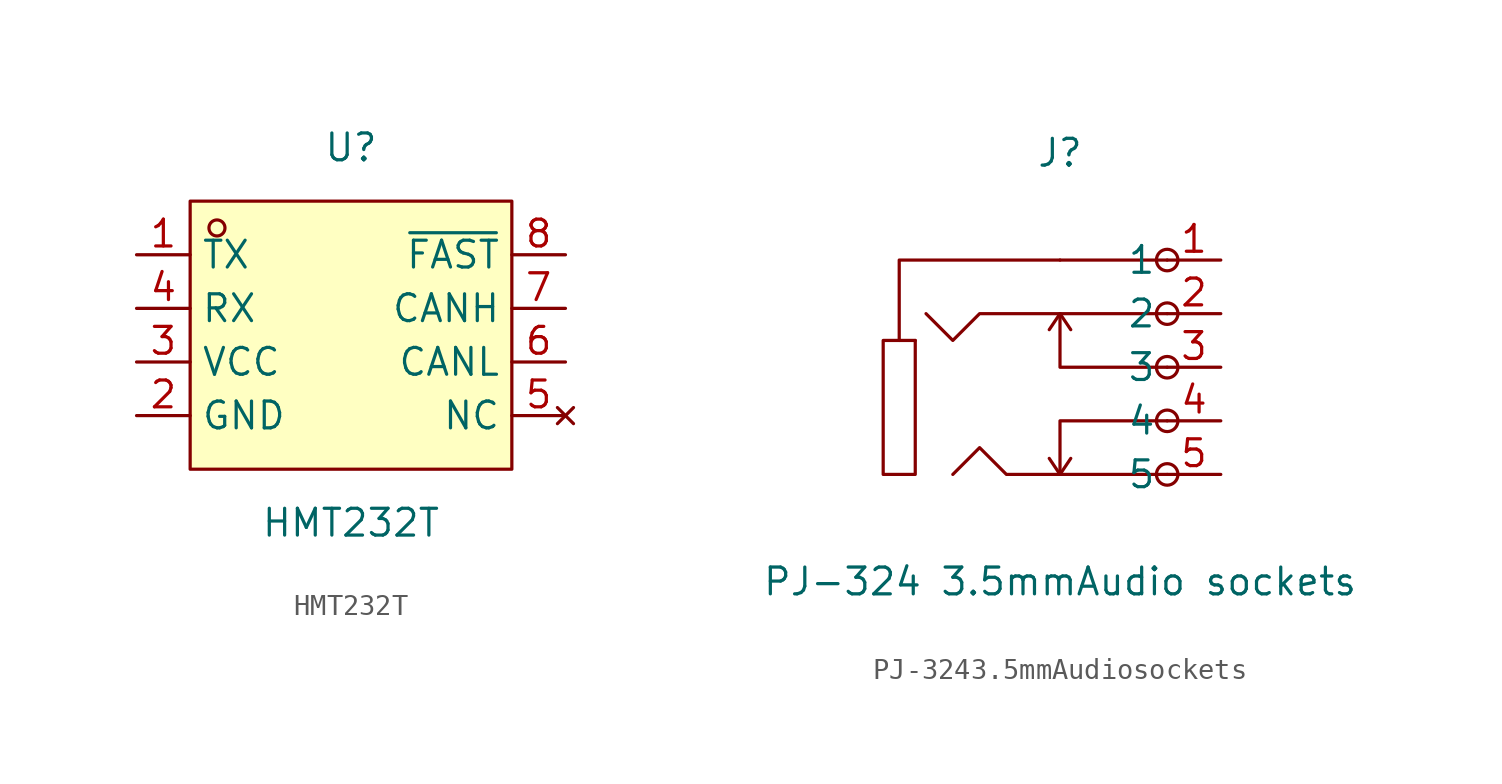
<source format=kicad_sym>
(kicad_symbol_lib
  (version 20241209)
  (generator "kicad_symbol_editor")
  (generator_version "9.0")
  (symbol "HMT232T"
    (property "Reference" "U"
      (at 0 8.89 0)
      (effects (font (size 1.27 1.27))))
    (property "Value" "HMT232T"
      (at 0 -8.89 0)
      (effects (font (size 1.27 1.27))))
    (symbol "HMT232T_0_1"
      (rectangle (start -7.62 6.35) (end 7.62 -6.35) (stroke (width 0) (type default)) (fill (type background)))
      (circle (center -6.35 5.08) (radius 0.38) (stroke (width 0) (type default)) (fill (type none))))
    (symbol "HMT232T_1_1"
      (pin input line (at -10.16 3.81 0) (length 2.54) (name "TX" (effects (font (size 1.27 1.27)))) (number "1" (effects (font (size 1.27 1.27)))))
      (pin output line (at -10.16 1.27 0) (length 2.54) (name "RX" (effects (font (size 1.27 1.27)))) (number "4" (effects (font (size 1.27 1.27)))))
      (pin power_in line (at -10.16 -1.27 0) (length 2.54) (name "VCC" (effects (font (size 1.27 1.27)))) (number "3" (effects (font (size 1.27 1.27)))))
      (pin power_out line (at -10.16 -3.81 0) (length 2.54) (name "GND" (effects (font (size 1.27 1.27)))) (number "2" (effects (font (size 1.27 1.27)))))
      (pin input line (at 10.16 3.81 180) (length 2.54) (name "~{FAST}" (effects (font (size 1.27 1.27)))) (number "8" (effects (font (size 1.27 1.27)))))
      (pin bidirectional line (at 10.16 1.27 180) (length 2.54) (name "CANH" (effects (font (size 1.27 1.27)))) (number "7" (effects (font (size 1.27 1.27)))))
      (pin bidirectional line (at 10.16 -1.27 180) (length 2.54) (name "CANL" (effects (font (size 1.27 1.27)))) (number "6" (effects (font (size 1.27 1.27)))))
      (pin no_connect line (at 10.16 -3.81 180) (length 2.54) (name "NC" (effects (font (size 1.27 1.27)))) (number "5" (effects (font (size 1.27 1.27)))))))
  (symbol "PJ-3243.5mmAudiosockets"
    (property "Reference" "J"
      (at 0 8.89 0)
      (effects (font (size 1.27 1.27))))
    (property "Value" "PJ-324 3.5mmAudio sockets"
      (at 0 -11.43 0)
      (effects (font (size 1.27 1.27))))
    (symbol "PJ-3243.5mmAudiosockets_0_1"
      (polyline (pts (xy -7.62 0) (xy -6.86 0)) (stroke (width 0) (type default)) (fill (type none)))
      (polyline (pts (xy 0 3.81) (xy -7.62 3.81) (xy -7.62 0) (xy -8.38 0) (xy -8.38 -6.35) (xy -6.86 -6.35) (xy -6.86 0)) (stroke (width 0) (type default)) (fill (type none)))
      (polyline (pts (xy 0 1.27) (xy -0.51 0.51)) (stroke (width 0) (type default)) (fill (type none)))
      (polyline (pts (xy 0 1.27) (xy 0.51 0.51)) (stroke (width 0) (type default)) (fill (type none)))
      (polyline (pts (xy 0 -6.35) (xy -0.51 -5.59)) (stroke (width 0) (type default)) (fill (type none)))
      (polyline (pts (xy 0 -6.35) (xy 0.51 -5.59)) (stroke (width 0) (type default)) (fill (type none)))
      (polyline (pts (xy 5.08 3.81) (xy 0 3.81)) (stroke (width 0) (type default)) (fill (type none)))
      (circle (center 5.08 3.81) (radius 0.51) (stroke (width 0) (type default)) (fill (type none)))
      (polyline (pts (xy 5.08 1.27) (xy -3.81 1.27) (xy -5.08 0) (xy -6.35 1.27)) (stroke (width 0) (type default)) (fill (type none)))
      (circle (center 5.08 1.27) (radius 0.51) (stroke (width 0) (type default)) (fill (type none)))
      (polyline (pts (xy 5.08 -1.27) (xy 0 -1.27) (xy 0 1.27)) (stroke (width 0) (type default)) (fill (type none)))
      (circle (center 5.08 -1.27) (radius 0.51) (stroke (width 0) (type default)) (fill (type none)))
      (polyline (pts (xy 5.08 -3.81) (xy 0 -3.81) (xy 0 -6.35)) (stroke (width 0) (type default)) (fill (type none)))
      (circle (center 5.08 -3.81) (radius 0.51) (stroke (width 0) (type default)) (fill (type none)))
      (polyline (pts (xy 5.08 -6.35) (xy -2.54 -6.35) (xy -3.81 -5.08) (xy -5.08 -6.35)) (stroke (width 0) (type default)) (fill (type none)))
      (circle (center 5.08 -6.35) (radius 0.51) (stroke (width 0) (type default)) (fill (type none))))
    (symbol "PJ-3243.5mmAudiosockets_1_1"
      (pin bidirectional line (at 7.62 3.81 180) (length 2.54) (name "1" (effects (font (size 1.27 1.27)))) (number "1" (effects (font (size 1.27 1.27)))))
      (pin bidirectional line (at 7.62 1.27 180) (length 2.54) (name "2" (effects (font (size 1.27 1.27)))) (number "2" (effects (font (size 1.27 1.27)))))
      (pin bidirectional line (at 7.62 -1.27 180) (length 2.54) (name "3" (effects (font (size 1.27 1.27)))) (number "3" (effects (font (size 1.27 1.27)))))
      (pin bidirectional line (at 7.62 -3.81 180) (length 2.54) (name "4" (effects (font (size 1.27 1.27)))) (number "4" (effects (font (size 1.27 1.27)))))
      (pin bidirectional line (at 7.62 -6.35 180) (length 2.54) (name "5" (effects (font (size 1.27 1.27)))) (number "5" (effects (font (size 1.27 1.27))))))))
</source>
